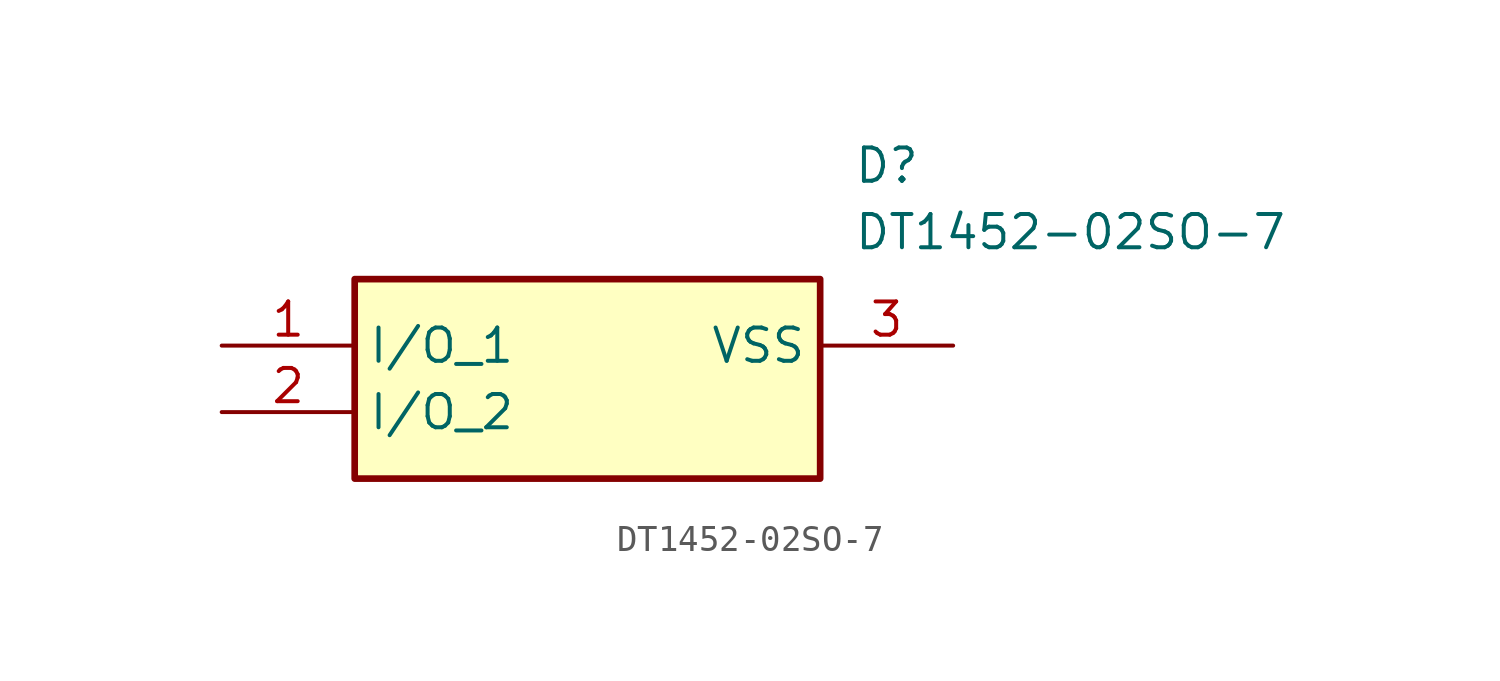
<source format=kicad_sym>
(kicad_symbol_lib
  (version 20211014)
  (generator SamacSys_ECAD_Model)
  (symbol "DT1452-02SO-7"
    (property "Reference" "D"
      (at 24.13 7.62 0)
      (effects (font (size 1.27 1.27)) (justify left top)))
    (property "Value" "DT1452-02SO-7"
      (at 24.13 5.08 0)
      (effects (font (size 1.27 1.27)) (justify left top)))
    (rectangle
      (start 5.08 2.54)
      (end 22.86 -5.08)
      (stroke (width 0.254) (type default))
      (fill (type background)))
    (pin passive line
      (at 0 0 0)
      (length 5.08)
      (name "I/O_1" (effects (font (size 1.27 1.27))))
      (number "1" (effects (font (size 1.27 1.27)))))
    (pin passive line
      (at 0 -2.54 0)
      (length 5.08)
      (name "I/O_2" (effects (font (size 1.27 1.27))))
      (number "2" (effects (font (size 1.27 1.27)))))
    (pin passive line
      (at 27.94 0 180)
      (length 5.08)
      (name "VSS" (effects (font (size 1.27 1.27))))
      (number "3" (effects (font (size 1.27 1.27)))))))
</source>
